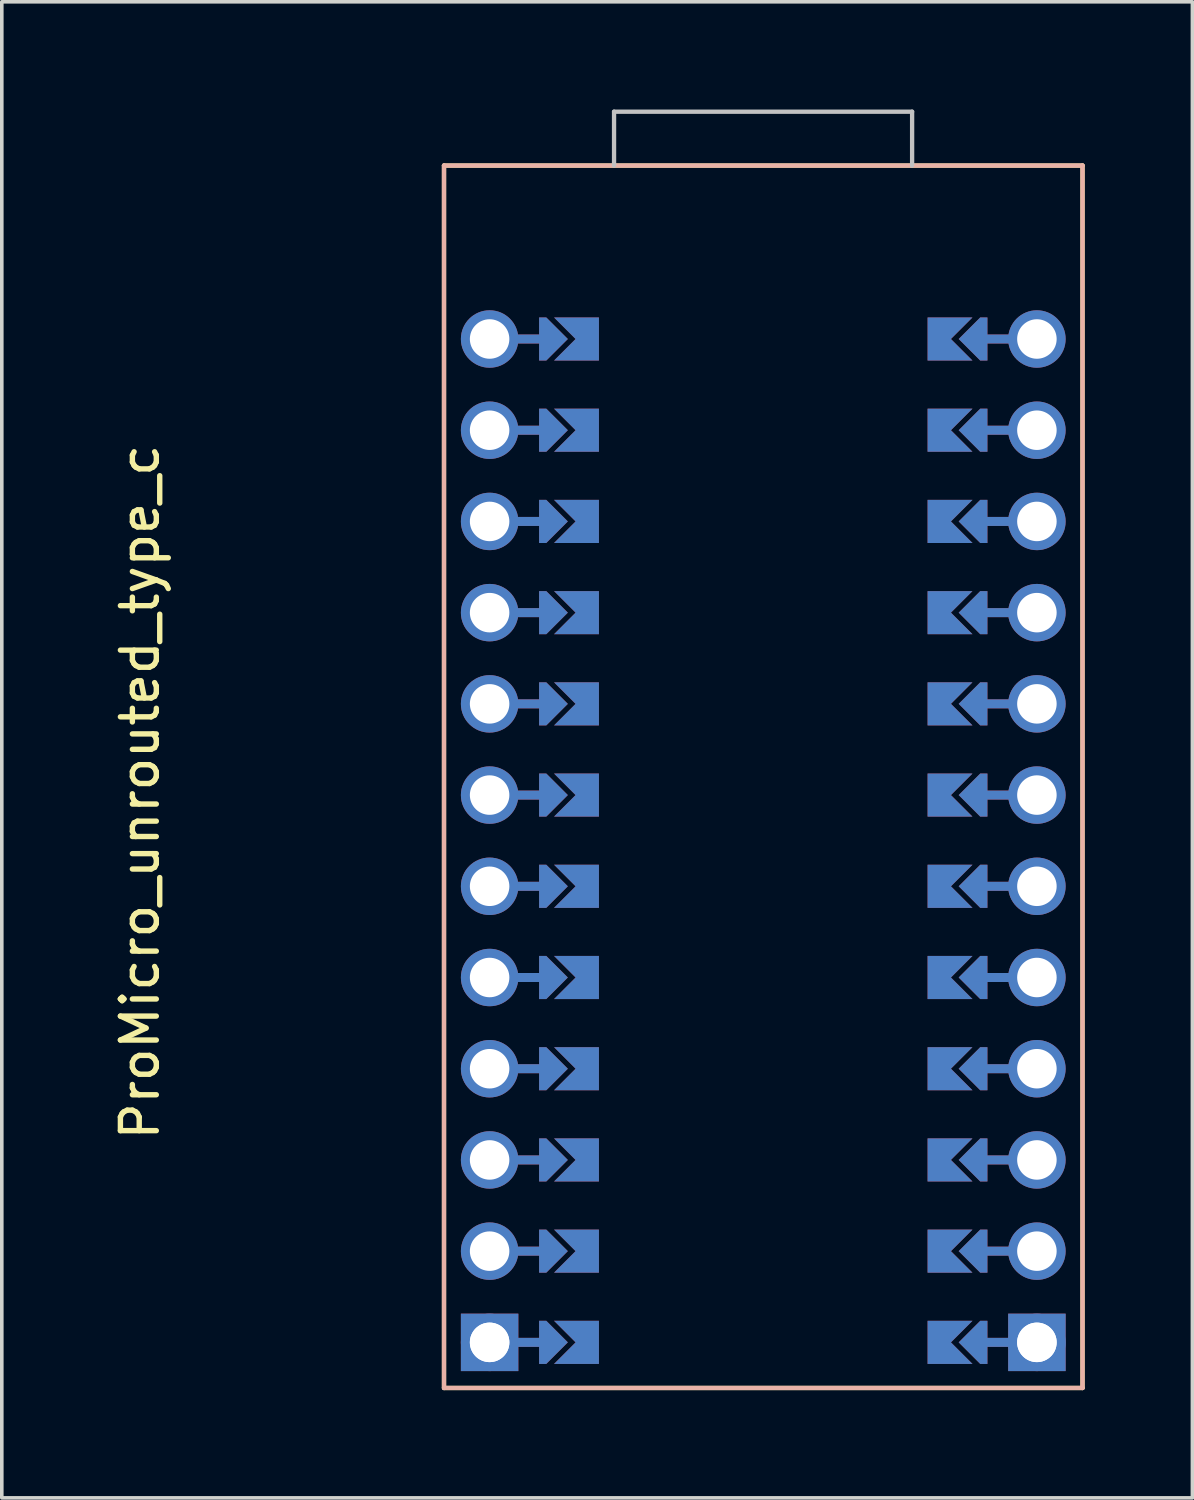
<source format=kicad_pcb>
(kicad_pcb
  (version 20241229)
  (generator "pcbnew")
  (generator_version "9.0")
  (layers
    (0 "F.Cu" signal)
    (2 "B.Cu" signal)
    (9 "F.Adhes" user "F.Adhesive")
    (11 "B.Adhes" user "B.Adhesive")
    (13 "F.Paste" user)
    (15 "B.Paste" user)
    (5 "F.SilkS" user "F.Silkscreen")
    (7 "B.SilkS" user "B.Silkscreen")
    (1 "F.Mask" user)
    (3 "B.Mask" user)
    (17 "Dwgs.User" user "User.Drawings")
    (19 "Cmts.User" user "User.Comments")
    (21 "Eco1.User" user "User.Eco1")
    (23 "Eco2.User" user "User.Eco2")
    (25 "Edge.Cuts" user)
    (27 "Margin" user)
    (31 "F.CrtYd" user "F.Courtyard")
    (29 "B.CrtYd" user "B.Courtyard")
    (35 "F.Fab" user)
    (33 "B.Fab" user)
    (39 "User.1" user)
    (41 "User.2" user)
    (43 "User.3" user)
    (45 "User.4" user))
  (footprint "ProMicro_unrouted_type_c"
    (layer "F.Cu")
    (at 18.204 20.36)
    (property "Reference" "ProMicro_unrouted_type_c" (at -17.356 -1.354 90) (layer "F.SilkS") (effects (font (size 1 1) (thickness 0.15))))
    (attr through_hole)
    (fp_poly (pts (xy -5.08 -14.478) (xy -5.08 -13.462) (xy -6.096 -13.462) (xy -6.096 -14.478)) (stroke (width 0.1) (type solid)) (fill yes) (layer "F.Mask"))
    (fp_poly (pts (xy -5.08 -11.938) (xy -5.08 -10.922) (xy -6.096 -10.922) (xy -6.096 -11.938)) (stroke (width 0.1) (type solid)) (fill yes) (layer "F.Mask"))
    (fp_poly (pts (xy -5.08 -9.398) (xy -5.08 -8.382) (xy -6.096 -8.382) (xy -6.096 -9.398)) (stroke (width 0.1) (type solid)) (fill yes) (layer "F.Mask"))
    (fp_poly (pts (xy -5.08 -6.858) (xy -5.08 -5.842) (xy -6.096 -5.842) (xy -6.096 -6.858)) (stroke (width 0.1) (type solid)) (fill yes) (layer "F.Mask"))
    (fp_poly (pts (xy -5.08 -4.318) (xy -5.08 -3.302) (xy -6.096 -3.302) (xy -6.096 -4.318)) (stroke (width 0.1) (type solid)) (fill yes) (layer "F.Mask"))
    (fp_poly (pts (xy -5.08 -1.778) (xy -5.08 -0.762) (xy -6.096 -0.762) (xy -6.096 -1.778)) (stroke (width 0.1) (type solid)) (fill yes) (layer "F.Mask"))
    (fp_poly (pts (xy -5.08 0.762) (xy -5.08 1.778) (xy -6.096 1.778) (xy -6.096 0.762)) (stroke (width 0.1) (type solid)) (fill yes) (layer "F.Mask"))
    (fp_poly (pts (xy -5.08 3.302) (xy -5.08 4.318) (xy -6.096 4.318) (xy -6.096 3.302)) (stroke (width 0.1) (type solid)) (fill yes) (layer "F.Mask"))
    (fp_poly (pts (xy -5.08 5.842) (xy -5.08 6.858) (xy -6.096 6.858) (xy -6.096 5.842)) (stroke (width 0.1) (type solid)) (fill yes) (layer "F.Mask"))
    (fp_poly (pts (xy -5.08 8.382) (xy -5.08 9.398) (xy -6.096 9.398) (xy -6.096 8.382)) (stroke (width 0.1) (type solid)) (fill yes) (layer "F.Mask"))
    (fp_poly (pts (xy -5.08 10.922) (xy -5.08 11.938) (xy -6.096 11.938) (xy -6.096 10.922)) (stroke (width 0.1) (type solid)) (fill yes) (layer "F.Mask"))
    (fp_poly (pts (xy -5.08 13.462) (xy -5.08 14.478) (xy -6.096 14.478) (xy -6.096 13.462)) (stroke (width 0.1) (type solid)) (fill yes) (layer "F.Mask"))
    (fp_poly (pts (xy 5.08 -13.462) (xy 5.08 -14.478) (xy 6.096 -14.478) (xy 6.096 -13.462)) (stroke (width 0.1) (type solid)) (fill yes) (layer "F.Mask"))
    (fp_poly (pts (xy 5.08 -10.922) (xy 5.08 -11.938) (xy 6.096 -11.938) (xy 6.096 -10.922)) (stroke (width 0.1) (type solid)) (fill yes) (layer "F.Mask"))
    (fp_poly (pts (xy 5.08 -8.382) (xy 5.08 -9.398) (xy 6.096 -9.398) (xy 6.096 -8.382)) (stroke (width 0.1) (type solid)) (fill yes) (layer "F.Mask"))
    (fp_poly (pts (xy 5.08 -5.842) (xy 5.08 -6.858) (xy 6.096 -6.858) (xy 6.096 -5.842)) (stroke (width 0.1) (type solid)) (fill yes) (layer "F.Mask"))
    (fp_poly (pts (xy 5.08 -3.302) (xy 5.08 -4.318) (xy 6.096 -4.318) (xy 6.096 -3.302)) (stroke (width 0.1) (type solid)) (fill yes) (layer "F.Mask"))
    (fp_poly (pts (xy 5.08 -0.762) (xy 5.08 -1.778) (xy 6.096 -1.778) (xy 6.096 -0.762)) (stroke (width 0.1) (type solid)) (fill yes) (layer "F.Mask"))
    (fp_poly (pts (xy 5.08 1.778) (xy 5.08 0.762) (xy 6.096 0.762) (xy 6.096 1.778)) (stroke (width 0.1) (type solid)) (fill yes) (layer "F.Mask"))
    (fp_poly (pts (xy 5.08 4.318) (xy 5.08 3.302) (xy 6.096 3.302) (xy 6.096 4.318)) (stroke (width 0.1) (type solid)) (fill yes) (layer "F.Mask"))
    (fp_poly (pts (xy 5.08 6.858) (xy 5.08 5.842) (xy 6.096 5.842) (xy 6.096 6.858)) (stroke (width 0.1) (type solid)) (fill yes) (layer "F.Mask"))
    (fp_poly (pts (xy 5.08 9.398) (xy 5.08 8.382) (xy 6.096 8.382) (xy 6.096 9.398)) (stroke (width 0.1) (type solid)) (fill yes) (layer "F.Mask"))
    (fp_poly (pts (xy 5.08 11.938) (xy 5.08 10.922) (xy 6.096 10.922) (xy 6.096 11.938)) (stroke (width 0.1) (type solid)) (fill yes) (layer "F.Mask"))
    (fp_poly (pts (xy 5.08 14.478) (xy 5.08 13.462) (xy 6.096 13.462) (xy 6.096 14.478)) (stroke (width 0.1) (type solid)) (fill yes) (layer "F.Mask"))
    (fp_poly (pts (xy -5.08 -14.478) (xy -5.08 -13.462) (xy -6.096 -13.462) (xy -6.096 -14.478)) (stroke (width 0.1) (type solid)) (fill yes) (layer "B.Mask"))
    (fp_poly (pts (xy -5.08 -11.938) (xy -5.08 -10.922) (xy -6.096 -10.922) (xy -6.096 -11.938)) (stroke (width 0.1) (type solid)) (fill yes) (layer "B.Mask"))
    (fp_poly (pts (xy -5.08 -9.398) (xy -5.08 -8.382) (xy -6.096 -8.382) (xy -6.096 -9.398)) (stroke (width 0.1) (type solid)) (fill yes) (layer "B.Mask"))
    (fp_poly (pts (xy -5.08 -6.858) (xy -5.08 -5.842) (xy -6.096 -5.842) (xy -6.096 -6.858)) (stroke (width 0.1) (type solid)) (fill yes) (layer "B.Mask"))
    (fp_poly (pts (xy -5.08 -4.318) (xy -5.08 -3.302) (xy -6.096 -3.302) (xy -6.096 -4.318)) (stroke (width 0.1) (type solid)) (fill yes) (layer "B.Mask"))
    (fp_poly (pts (xy -5.08 -1.778) (xy -5.08 -0.762) (xy -6.096 -0.762) (xy -6.096 -1.778)) (stroke (width 0.1) (type solid)) (fill yes) (layer "B.Mask"))
    (fp_poly (pts (xy -5.08 0.762) (xy -5.08 1.778) (xy -6.096 1.778) (xy -6.096 0.762)) (stroke (width 0.1) (type solid)) (fill yes) (layer "B.Mask"))
    (fp_poly (pts (xy -5.08 3.302) (xy -5.08 4.318) (xy -6.096 4.318) (xy -6.096 3.302)) (stroke (width 0.1) (type solid)) (fill yes) (layer "B.Mask"))
    (fp_poly (pts (xy -5.08 5.842) (xy -5.08 6.858) (xy -6.096 6.858) (xy -6.096 5.842)) (stroke (width 0.1) (type solid)) (fill yes) (layer "B.Mask"))
    (fp_poly (pts (xy -5.08 8.382) (xy -5.08 9.398) (xy -6.096 9.398) (xy -6.096 8.382)) (stroke (width 0.1) (type solid)) (fill yes) (layer "B.Mask"))
    (fp_poly (pts (xy -5.08 10.922) (xy -5.08 11.938) (xy -6.096 11.938) (xy -6.096 10.922)) (stroke (width 0.1) (type solid)) (fill yes) (layer "B.Mask"))
    (fp_poly (pts (xy -5.08 13.462) (xy -5.08 14.478) (xy -6.096 14.478) (xy -6.096 13.462)) (stroke (width 0.1) (type solid)) (fill yes) (layer "B.Mask"))
    (fp_poly (pts (xy 5.08 -13.462) (xy 5.08 -14.478) (xy 6.096 -14.478) (xy 6.096 -13.462)) (stroke (width 0.1) (type solid)) (fill yes) (layer "B.Mask"))
    (fp_poly (pts (xy 5.08 -10.922) (xy 5.08 -11.938) (xy 6.096 -11.938) (xy 6.096 -10.922)) (stroke (width 0.1) (type solid)) (fill yes) (layer "B.Mask"))
    (fp_poly (pts (xy 5.08 -8.382) (xy 5.08 -9.398) (xy 6.096 -9.398) (xy 6.096 -8.382)) (stroke (width 0.1) (type solid)) (fill yes) (layer "B.Mask"))
    (fp_poly (pts (xy 5.08 -5.842) (xy 5.08 -6.858) (xy 6.096 -6.858) (xy 6.096 -5.842)) (stroke (width 0.1) (type solid)) (fill yes) (layer "B.Mask"))
    (fp_poly (pts (xy 5.08 -3.302) (xy 5.08 -4.318) (xy 6.096 -4.318) (xy 6.096 -3.302)) (stroke (width 0.1) (type solid)) (fill yes) (layer "B.Mask"))
    (fp_poly (pts (xy 5.08 -0.762) (xy 5.08 -1.778) (xy 6.096 -1.778) (xy 6.096 -0.762)) (stroke (width 0.1) (type solid)) (fill yes) (layer "B.Mask"))
    (fp_poly (pts (xy 5.08 1.778) (xy 5.08 0.762) (xy 6.096 0.762) (xy 6.096 1.778)) (stroke (width 0.1) (type solid)) (fill yes) (layer "B.Mask"))
    (fp_poly (pts (xy 5.08 4.318) (xy 5.08 3.302) (xy 6.096 3.302) (xy 6.096 4.318)) (stroke (width 0.1) (type solid)) (fill yes) (layer "B.Mask"))
    (fp_poly (pts (xy 5.08 6.858) (xy 5.08 5.842) (xy 6.096 5.842) (xy 6.096 6.858)) (stroke (width 0.1) (type solid)) (fill yes) (layer "B.Mask"))
    (fp_poly (pts (xy 5.08 9.398) (xy 5.08 8.382) (xy 6.096 8.382) (xy 6.096 9.398)) (stroke (width 0.1) (type solid)) (fill yes) (layer "B.Mask"))
    (fp_poly (pts (xy 5.08 11.938) (xy 5.08 10.922) (xy 6.096 10.922) (xy 6.096 11.938)) (stroke (width 0.1) (type solid)) (fill yes) (layer "B.Mask"))
    (fp_poly (pts (xy 5.08 14.478) (xy 5.08 13.462) (xy 6.096 13.462) (xy 6.096 14.478)) (stroke (width 0.1) (type solid)) (fill yes) (layer "B.Mask"))
    (fp_line (start -8.89 -18.8) (end 8.89 -18.8) (stroke (width 0.12) (type solid)) (layer "F.SilkS"))
    (fp_line (start -8.89 15.24) (end -8.89 -18.8) (stroke (width 0.12) (type solid)) (layer "F.SilkS"))
    (fp_line (start 8.89 15.24) (end -8.89 15.24) (stroke (width 0.12) (type solid)) (layer "F.SilkS"))
    (fp_line (start 8.89 15.24) (end 8.89 -18.8) (stroke (width 0.12) (type solid)) (layer "F.SilkS"))
    (fp_line (start -8.89 15.24) (end -8.89 -18.8) (stroke (width 0.12) (type solid)) (layer "B.SilkS"))
    (fp_line (start -8.89 15.24) (end 8.89 15.24) (stroke (width 0.12) (type solid)) (layer "B.SilkS"))
    (fp_line (start 8.89 -18.8) (end -8.89 -18.8) (stroke (width 0.12) (type solid)) (layer "B.SilkS"))
    (fp_line (start 8.89 15.24) (end 8.89 -18.8) (stroke (width 0.12) (type solid)) (layer "B.SilkS"))
    (fp_line (start -4.155 -20.3) (end -4.155 -18.8) (stroke (width 0.12) (type solid)) (layer "Dwgs.User"))
    (fp_line (start -4.155 -20.3) (end 4.145 -20.3) (stroke (width 0.12) (type solid)) (layer "Dwgs.User"))
    (fp_line (start 4.145 -20.3) (end 4.145 -18.8) (stroke (width 0.12) (type solid)) (layer "Dwgs.User"))
    (pad "" thru_hole circle (at -7.62 -13.97 90) (size 1.6 1.6) (drill 1.1) (layers "*.Cu" "*.Mask"))
    (pad "" thru_hole circle (at -7.62 -11.43 90) (size 1.6 1.6) (drill 1.1) (layers "*.Cu" "*.Mask"))
    (pad "" thru_hole circle (at -7.62 -8.89 90) (size 1.6 1.6) (drill 1.1) (layers "*.Cu" "*.Mask"))
    (pad "" thru_hole circle (at -7.62 -6.35 90) (size 1.6 1.6) (drill 1.1) (layers "*.Cu" "*.Mask"))
    (pad "" thru_hole circle (at -7.62 -3.81 90) (size 1.6 1.6) (drill 1.1) (layers "*.Cu" "*.Mask"))
    (pad "" thru_hole circle (at -7.62 -1.27 90) (size 1.6 1.6) (drill 1.1) (layers "*.Cu" "*.Mask"))
    (pad "" thru_hole circle (at -7.62 1.27 90) (size 1.6 1.6) (drill 1.1) (layers "*.Cu" "*.Mask"))
    (pad "" thru_hole circle (at -7.62 3.81 90) (size 1.6 1.6) (drill 1.1) (layers "*.Cu" "*.Mask"))
    (pad "" thru_hole circle (at -7.62 6.35 90) (size 1.6 1.6) (drill 1.1) (layers "*.Cu" "*.Mask"))
    (pad "" thru_hole circle (at -7.62 8.89 90) (size 1.6 1.6) (drill 1.1) (layers "*.Cu" "*.Mask"))
    (pad "" thru_hole circle (at -7.62 11.43 90) (size 1.6 1.6) (drill 1.1) (layers "*.Cu" "*.Mask"))
    (pad "" thru_hole circle (at -7.62 13.97 90) (size 1.6 1.6) (drill 1.1) (layers "*.Cu" "*.Mask"))
    (pad "" thru_hole rect (at -7.62 13.97 90) (size 1.6 1.6) (drill 1.1) (layers "B.Cu" "B.Mask"))
    (pad "" smd custom (at -6.35 -13.97 90) (size 0.25 1) (layers "F.Cu") (options (anchor rect)) (primitives))
    (pad "" smd custom (at -6.35 -13.97 90) (size 0.25 1) (layers "B.Cu") (options (anchor rect)) (primitives))
    (pad "" smd custom (at -6.35 -11.43 90) (size 0.25 1) (layers "F.Cu") (options (anchor rect)) (primitives))
    (pad "" smd custom (at -6.35 -11.43 90) (size 0.25 1) (layers "B.Cu") (options (anchor rect)) (primitives))
    (pad "" smd custom (at -6.35 -8.89 90) (size 0.25 1) (layers "F.Cu") (options (anchor rect)) (primitives))
    (pad "" smd custom (at -6.35 -8.89 90) (size 0.25 1) (layers "B.Cu") (options (anchor rect)) (primitives))
    (pad "" smd custom (at -6.35 -6.35 90) (size 0.25 1) (layers "F.Cu") (options (anchor rect)) (primitives))
    (pad "" smd custom (at -6.35 -6.35 90) (size 0.25 1) (layers "B.Cu") (options (anchor rect)) (primitives))
    (pad "" smd custom (at -6.35 -3.81 90) (size 0.25 1) (layers "F.Cu") (options (anchor rect)) (primitives))
    (pad "" smd custom (at -6.35 -3.81 90) (size 0.25 1) (layers "B.Cu") (options (anchor rect)) (primitives))
    (pad "" smd custom (at -6.35 -1.27 90) (size 0.25 1) (layers "F.Cu") (options (anchor rect)) (primitives))
    (pad "" smd custom (at -6.35 -1.27 90) (size 0.25 1) (layers "B.Cu") (options (anchor rect)) (primitives))
    (pad "" smd custom (at -6.35 1.27 90) (size 0.25 1) (layers "F.Cu") (options (anchor rect)) (primitives))
    (pad "" smd custom (at -6.35 1.27 90) (size 0.25 1) (layers "B.Cu") (options (anchor rect)) (primitives))
    (pad "" smd custom (at -6.35 3.81 90) (size 0.25 1) (layers "F.Cu") (options (anchor rect)) (primitives))
    (pad "" smd custom (at -6.35 3.81 90) (size 0.25 1) (layers "B.Cu") (options (anchor rect)) (primitives))
    (pad "" smd custom (at -6.35 6.35 90) (size 0.25 1) (layers "F.Cu") (options (anchor rect)) (primitives))
    (pad "" smd custom (at -6.35 6.35 90) (size 0.25 1) (layers "B.Cu") (options (anchor rect)) (primitives))
    (pad "" smd custom (at -6.35 8.89 90) (size 0.25 1) (layers "F.Cu") (options (anchor rect)) (primitives))
    (pad "" smd custom (at -6.35 8.89 90) (size 0.25 1) (layers "B.Cu") (options (anchor rect)) (primitives))
    (pad "" smd custom (at -6.35 11.43 90) (size 0.25 1) (layers "F.Cu") (options (anchor rect)) (primitives))
    (pad "" smd custom (at -6.35 11.43 90) (size 0.25 1) (layers "B.Cu") (options (anchor rect)) (primitives))
    (pad "" smd custom (at -6.35 13.97 90) (size 0.25 1) (layers "F.Cu") (options (anchor rect)) (primitives))
    (pad "" smd custom (at -6.35 13.97 90) (size 0.25 1) (layers "B.Cu") (options (anchor rect)) (primitives))
    (pad "" smd custom (at -5.842 -13.97 90) (size 0.1 0.1) (layers "F.Cu" "F.Mask") (options (anchor rect)) (primitives (gr_poly (pts (xy 0.6 -0.4) (xy -0.6 -0.4) (xy -0.6 -0.2) (xy 0 0.4) (xy 0.6 -0.2)) (width 0) (fill yes))))
    (pad "" smd custom (at -5.842 -13.97 90) (size 0.1 0.1) (layers "B.Cu" "B.Mask") (options (anchor rect)) (primitives (gr_poly (pts (xy 0.6 -0.4) (xy -0.6 -0.4) (xy -0.6 -0.2) (xy 0 0.4) (xy 0.6 -0.2)) (width 0) (fill yes))))
    (pad "" smd custom (at -5.842 -11.43 90) (size 0.1 0.1) (layers "F.Cu" "F.Mask") (options (anchor rect)) (primitives (gr_poly (pts (xy 0.6 -0.4) (xy -0.6 -0.4) (xy -0.6 -0.2) (xy 0 0.4) (xy 0.6 -0.2)) (width 0) (fill yes))))
    (pad "" smd custom (at -5.842 -11.43 90) (size 0.1 0.1) (layers "B.Cu" "B.Mask") (options (anchor rect)) (primitives (gr_poly (pts (xy 0.6 -0.4) (xy -0.6 -0.4) (xy -0.6 -0.2) (xy 0 0.4) (xy 0.6 -0.2)) (width 0) (fill yes))))
    (pad "" smd custom (at -5.842 -8.89 90) (size 0.1 0.1) (layers "F.Cu" "F.Mask") (options (anchor rect)) (primitives (gr_poly (pts (xy 0.6 -0.4) (xy -0.6 -0.4) (xy -0.6 -0.2) (xy 0 0.4) (xy 0.6 -0.2)) (width 0) (fill yes))))
    (pad "" smd custom (at -5.842 -8.89 90) (size 0.1 0.1) (layers "B.Cu" "B.Mask") (options (anchor rect)) (primitives (gr_poly (pts (xy 0.6 -0.4) (xy -0.6 -0.4) (xy -0.6 -0.2) (xy 0 0.4) (xy 0.6 -0.2)) (width 0) (fill yes))))
    (pad "" smd custom (at -5.842 -6.35 90) (size 0.1 0.1) (layers "F.Cu" "F.Mask") (options (anchor rect)) (primitives (gr_poly (pts (xy 0.6 -0.4) (xy -0.6 -0.4) (xy -0.6 -0.2) (xy 0 0.4) (xy 0.6 -0.2)) (width 0) (fill yes))))
    (pad "" smd custom (at -5.842 -6.35 90) (size 0.1 0.1) (layers "B.Cu" "B.Mask") (options (anchor rect)) (primitives (gr_poly (pts (xy 0.6 -0.4) (xy -0.6 -0.4) (xy -0.6 -0.2) (xy 0 0.4) (xy 0.6 -0.2)) (width 0) (fill yes))))
    (pad "" smd custom (at -5.842 -3.81 90) (size 0.1 0.1) (layers "F.Cu" "F.Mask") (options (anchor rect)) (primitives (gr_poly (pts (xy 0.6 -0.4) (xy -0.6 -0.4) (xy -0.6 -0.2) (xy 0 0.4) (xy 0.6 -0.2)) (width 0) (fill yes))))
    (pad "" smd custom (at -5.842 -3.81 90) (size 0.1 0.1) (layers "B.Cu" "B.Mask") (options (anchor rect)) (primitives (gr_poly (pts (xy 0.6 -0.4) (xy -0.6 -0.4) (xy -0.6 -0.2) (xy 0 0.4) (xy 0.6 -0.2)) (width 0) (fill yes))))
    (pad "" smd custom (at -5.842 -1.27 90) (size 0.1 0.1) (layers "F.Cu" "F.Mask") (options (anchor rect)) (primitives (gr_poly (pts (xy 0.6 -0.4) (xy -0.6 -0.4) (xy -0.6 -0.2) (xy 0 0.4) (xy 0.6 -0.2)) (width 0) (fill yes))))
    (pad "" smd custom (at -5.842 -1.27 90) (size 0.1 0.1) (layers "B.Cu" "B.Mask") (options (anchor rect)) (primitives (gr_poly (pts (xy 0.6 -0.4) (xy -0.6 -0.4) (xy -0.6 -0.2) (xy 0 0.4) (xy 0.6 -0.2)) (width 0) (fill yes))))
    (pad "" smd custom (at -5.842 1.27 90) (size 0.1 0.1) (layers "F.Cu" "F.Mask") (options (anchor rect)) (primitives (gr_poly (pts (xy 0.6 -0.4) (xy -0.6 -0.4) (xy -0.6 -0.2) (xy 0 0.4) (xy 0.6 -0.2)) (width 0) (fill yes))))
    (pad "" smd custom (at -5.842 1.27 90) (size 0.1 0.1) (layers "B.Cu" "B.Mask") (options (anchor rect)) (primitives (gr_poly (pts (xy 0.6 -0.4) (xy -0.6 -0.4) (xy -0.6 -0.2) (xy 0 0.4) (xy 0.6 -0.2)) (width 0) (fill yes))))
    (pad "" smd custom (at -5.842 3.81 90) (size 0.1 0.1) (layers "F.Cu" "F.Mask") (options (anchor rect)) (primitives (gr_poly (pts (xy 0.6 -0.4) (xy -0.6 -0.4) (xy -0.6 -0.2) (xy 0 0.4) (xy 0.6 -0.2)) (width 0) (fill yes))))
    (pad "" smd custom (at -5.842 3.81 90) (size 0.1 0.1) (layers "B.Cu" "B.Mask") (options (anchor rect)) (primitives (gr_poly (pts (xy 0.6 -0.4) (xy -0.6 -0.4) (xy -0.6 -0.2) (xy 0 0.4) (xy 0.6 -0.2)) (width 0) (fill yes))))
    (pad "" smd custom (at -5.842 6.35 90) (size 0.1 0.1) (layers "F.Cu" "F.Mask") (options (anchor rect)) (primitives (gr_poly (pts (xy 0.6 -0.4) (xy -0.6 -0.4) (xy -0.6 -0.2) (xy 0 0.4) (xy 0.6 -0.2)) (width 0) (fill yes))))
    (pad "" smd custom (at -5.842 6.35 90) (size 0.1 0.1) (layers "B.Cu" "B.Mask") (options (anchor rect)) (primitives (gr_poly (pts (xy 0.6 -0.4) (xy -0.6 -0.4) (xy -0.6 -0.2) (xy 0 0.4) (xy 0.6 -0.2)) (width 0) (fill yes))))
    (pad "" smd custom (at -5.842 8.89 90) (size 0.1 0.1) (layers "F.Cu" "F.Mask") (options (anchor rect)) (primitives (gr_poly (pts (xy 0.6 -0.4) (xy -0.6 -0.4) (xy -0.6 -0.2) (xy 0 0.4) (xy 0.6 -0.2)) (width 0) (fill yes))))
    (pad "" smd custom (at -5.842 8.89 90) (size 0.1 0.1) (layers "B.Cu" "B.Mask") (options (anchor rect)) (primitives (gr_poly (pts (xy 0.6 -0.4) (xy -0.6 -0.4) (xy -0.6 -0.2) (xy 0 0.4) (xy 0.6 -0.2)) (width 0) (fill yes))))
    (pad "" smd custom (at -5.842 11.43 90) (size 0.1 0.1) (layers "F.Cu" "F.Mask") (options (anchor rect)) (primitives (gr_poly (pts (xy 0.6 -0.4) (xy -0.6 -0.4) (xy -0.6 -0.2) (xy 0 0.4) (xy 0.6 -0.2)) (width 0) (fill yes))))
    (pad "" smd custom (at -5.842 11.43 90) (size 0.1 0.1) (layers "B.Cu" "B.Mask") (options (anchor rect)) (primitives (gr_poly (pts (xy 0.6 -0.4) (xy -0.6 -0.4) (xy -0.6 -0.2) (xy 0 0.4) (xy 0.6 -0.2)) (width 0) (fill yes))))
    (pad "" smd custom (at -5.842 13.97 90) (size 0.1 0.1) (layers "F.Cu" "F.Mask") (options (anchor rect)) (primitives (gr_poly (pts (xy 0.6 -0.4) (xy -0.6 -0.4) (xy -0.6 -0.2) (xy 0 0.4) (xy 0.6 -0.2)) (width 0) (fill yes))))
    (pad "" smd custom (at -5.842 13.97 90) (size 0.1 0.1) (layers "B.Cu" "B.Mask") (options (anchor rect)) (primitives (gr_poly (pts (xy 0.6 -0.4) (xy -0.6 -0.4) (xy -0.6 -0.2) (xy 0 0.4) (xy 0.6 -0.2)) (width 0) (fill yes))))
    (pad "" smd custom (at 5.842 -13.97 270) (size 0.1 0.1) (layers "F.Cu" "F.Mask") (options (anchor rect)) (primitives (gr_poly (pts (xy 0.6 -0.4) (xy -0.6 -0.4) (xy -0.6 -0.2) (xy 0 0.4) (xy 0.6 -0.2)) (width 0) (fill yes))))
    (pad "" smd custom (at 5.842 -13.97 270) (size 0.1 0.1) (layers "B.Cu" "B.Mask") (options (anchor rect)) (primitives (gr_poly (pts (xy 0.6 -0.4) (xy -0.6 -0.4) (xy -0.6 -0.2) (xy 0 0.4) (xy 0.6 -0.2)) (width 0) (fill yes))))
    (pad "" smd custom (at 5.842 -11.43 270) (size 0.1 0.1) (layers "F.Cu" "F.Mask") (options (anchor rect)) (primitives (gr_poly (pts (xy 0.6 -0.4) (xy -0.6 -0.4) (xy -0.6 -0.2) (xy 0 0.4) (xy 0.6 -0.2)) (width 0) (fill yes))))
    (pad "" smd custom (at 5.842 -11.43 270) (size 0.1 0.1) (layers "B.Cu" "B.Mask") (options (anchor rect)) (primitives (gr_poly (pts (xy 0.6 -0.4) (xy -0.6 -0.4) (xy -0.6 -0.2) (xy 0 0.4) (xy 0.6 -0.2)) (width 0) (fill yes))))
    (pad "" smd custom (at 5.842 -8.89 270) (size 0.1 0.1) (layers "F.Cu" "F.Mask") (options (anchor rect)) (primitives (gr_poly (pts (xy 0.6 -0.4) (xy -0.6 -0.4) (xy -0.6 -0.2) (xy 0 0.4) (xy 0.6 -0.2)) (width 0) (fill yes))))
    (pad "" smd custom (at 5.842 -8.89 270) (size 0.1 0.1) (layers "B.Cu" "B.Mask") (options (anchor rect)) (primitives (gr_poly (pts (xy 0.6 -0.4) (xy -0.6 -0.4) (xy -0.6 -0.2) (xy 0 0.4) (xy 0.6 -0.2)) (width 0) (fill yes))))
    (pad "" smd custom (at 5.842 -6.35 270) (size 0.1 0.1) (layers "F.Cu" "F.Mask") (options (anchor rect)) (primitives (gr_poly (pts (xy 0.6 -0.4) (xy -0.6 -0.4) (xy -0.6 -0.2) (xy 0 0.4) (xy 0.6 -0.2)) (width 0) (fill yes))))
    (pad "" smd custom (at 5.842 -6.35 270) (size 0.1 0.1) (layers "B.Cu" "B.Mask") (options (anchor rect)) (primitives (gr_poly (pts (xy 0.6 -0.4) (xy -0.6 -0.4) (xy -0.6 -0.2) (xy 0 0.4) (xy 0.6 -0.2)) (width 0) (fill yes))))
    (pad "" smd custom (at 5.842 -3.81 270) (size 0.1 0.1) (layers "F.Cu" "F.Mask") (options (anchor rect)) (primitives (gr_poly (pts (xy 0.6 -0.4) (xy -0.6 -0.4) (xy -0.6 -0.2) (xy 0 0.4) (xy 0.6 -0.2)) (width 0) (fill yes))))
    (pad "" smd custom (at 5.842 -3.81 270) (size 0.1 0.1) (layers "B.Cu" "B.Mask") (options (anchor rect)) (primitives (gr_poly (pts (xy 0.6 -0.4) (xy -0.6 -0.4) (xy -0.6 -0.2) (xy 0 0.4) (xy 0.6 -0.2)) (width 0) (fill yes))))
    (pad "" smd custom (at 5.842 -1.27 270) (size 0.1 0.1) (layers "F.Cu" "F.Mask") (options (anchor rect)) (primitives (gr_poly (pts (xy 0.6 -0.4) (xy -0.6 -0.4) (xy -0.6 -0.2) (xy 0 0.4) (xy 0.6 -0.2)) (width 0) (fill yes))))
    (pad "" smd custom (at 5.842 -1.27 270) (size 0.1 0.1) (layers "B.Cu" "B.Mask") (options (anchor rect)) (primitives (gr_poly (pts (xy 0.6 -0.4) (xy -0.6 -0.4) (xy -0.6 -0.2) (xy 0 0.4) (xy 0.6 -0.2)) (width 0) (fill yes))))
    (pad "" smd custom (at 5.842 1.27 270) (size 0.1 0.1) (layers "F.Cu" "F.Mask") (options (anchor rect)) (primitives (gr_poly (pts (xy 0.6 -0.4) (xy -0.6 -0.4) (xy -0.6 -0.2) (xy 0 0.4) (xy 0.6 -0.2)) (width 0) (fill yes))))
    (pad "" smd custom (at 5.842 1.27 270) (size 0.1 0.1) (layers "B.Cu" "B.Mask") (options (anchor rect)) (primitives (gr_poly (pts (xy 0.6 -0.4) (xy -0.6 -0.4) (xy -0.6 -0.2) (xy 0 0.4) (xy 0.6 -0.2)) (width 0) (fill yes))))
    (pad "" smd custom (at 5.842 3.81 270) (size 0.1 0.1) (layers "F.Cu" "F.Mask") (options (anchor rect)) (primitives (gr_poly (pts (xy 0.6 -0.4) (xy -0.6 -0.4) (xy -0.6 -0.2) (xy 0 0.4) (xy 0.6 -0.2)) (width 0) (fill yes))))
    (pad "" smd custom (at 5.842 3.81 270) (size 0.1 0.1) (layers "B.Cu" "B.Mask") (options (anchor rect)) (primitives (gr_poly (pts (xy 0.6 -0.4) (xy -0.6 -0.4) (xy -0.6 -0.2) (xy 0 0.4) (xy 0.6 -0.2)) (width 0) (fill yes))))
    (pad "" smd custom (at 5.842 6.35 270) (size 0.1 0.1) (layers "F.Cu" "F.Mask") (options (anchor rect)) (primitives (gr_poly (pts (xy 0.6 -0.4) (xy -0.6 -0.4) (xy -0.6 -0.2) (xy 0 0.4) (xy 0.6 -0.2)) (width 0) (fill yes))))
    (pad "" smd custom (at 5.842 6.35 270) (size 0.1 0.1) (layers "B.Cu" "B.Mask") (options (anchor rect)) (primitives (gr_poly (pts (xy 0.6 -0.4) (xy -0.6 -0.4) (xy -0.6 -0.2) (xy 0 0.4) (xy 0.6 -0.2)) (width 0) (fill yes))))
    (pad "" smd custom (at 5.842 8.89 270) (size 0.1 0.1) (layers "F.Cu" "F.Mask") (options (anchor rect)) (primitives (gr_poly (pts (xy 0.6 -0.4) (xy -0.6 -0.4) (xy -0.6 -0.2) (xy 0 0.4) (xy 0.6 -0.2)) (width 0) (fill yes))))
    (pad "" smd custom (at 5.842 8.89 270) (size 0.1 0.1) (layers "B.Cu" "B.Mask") (options (anchor rect)) (primitives (gr_poly (pts (xy 0.6 -0.4) (xy -0.6 -0.4) (xy -0.6 -0.2) (xy 0 0.4) (xy 0.6 -0.2)) (width 0) (fill yes))))
    (pad "" smd custom (at 5.842 11.43 270) (size 0.1 0.1) (layers "F.Cu" "F.Mask") (options (anchor rect)) (primitives (gr_poly (pts (xy 0.6 -0.4) (xy -0.6 -0.4) (xy -0.6 -0.2) (xy 0 0.4) (xy 0.6 -0.2)) (width 0) (fill yes))))
    (pad "" smd custom (at 5.842 11.43 270) (size 0.1 0.1) (layers "B.Cu" "B.Mask") (options (anchor rect)) (primitives (gr_poly (pts (xy 0.6 -0.4) (xy -0.6 -0.4) (xy -0.6 -0.2) (xy 0 0.4) (xy 0.6 -0.2)) (width 0) (fill yes))))
    (pad "" smd custom (at 5.842 13.97 270) (size 0.1 0.1) (layers "F.Cu" "F.Mask") (options (anchor rect)) (primitives (gr_poly (pts (xy 0.6 -0.4) (xy -0.6 -0.4) (xy -0.6 -0.2) (xy 0 0.4) (xy 0.6 -0.2)) (width 0) (fill yes))))
    (pad "" smd custom (at 5.842 13.97 270) (size 0.1 0.1) (layers "B.Cu" "B.Mask") (options (anchor rect)) (primitives (gr_poly (pts (xy 0.6 -0.4) (xy -0.6 -0.4) (xy -0.6 -0.2) (xy 0 0.4) (xy 0.6 -0.2)) (width 0) (fill yes))))
    (pad "" smd custom (at 6.35 -13.97 270) (size 0.25 1) (layers "F.Cu") (options (anchor rect)) (primitives))
    (pad "" smd custom (at 6.35 -13.97 270) (size 0.25 1) (layers "B.Cu") (options (anchor rect)) (primitives))
    (pad "" smd custom (at 6.35 -11.43 270) (size 0.25 1) (layers "F.Cu") (options (anchor rect)) (primitives))
    (pad "" smd custom (at 6.35 -11.43 270) (size 0.25 1) (layers "B.Cu") (options (anchor rect)) (primitives))
    (pad "" smd custom (at 6.35 -8.89 270) (size 0.25 1) (layers "F.Cu") (options (anchor rect)) (primitives))
    (pad "" smd custom (at 6.35 -8.89 270) (size 0.25 1) (layers "B.Cu") (options (anchor rect)) (primitives))
    (pad "" smd custom (at 6.35 -6.35 270) (size 0.25 1) (layers "F.Cu") (options (anchor rect)) (primitives))
    (pad "" smd custom (at 6.35 -6.35 270) (size 0.25 1) (layers "B.Cu") (options (anchor rect)) (primitives))
    (pad "" smd custom (at 6.35 -3.81 270) (size 0.25 1) (layers "F.Cu") (options (anchor rect)) (primitives))
    (pad "" smd custom (at 6.35 -3.81 270) (size 0.25 1) (layers "B.Cu") (options (anchor rect)) (primitives))
    (pad "" smd custom (at 6.35 -1.27 270) (size 0.25 1) (layers "F.Cu") (options (anchor rect)) (primitives))
    (pad "" smd custom (at 6.35 -1.27 270) (size 0.25 1) (layers "B.Cu") (options (anchor rect)) (primitives))
    (pad "" smd custom (at 6.35 1.27 270) (size 0.25 1) (layers "F.Cu") (options (anchor rect)) (primitives))
    (pad "" smd custom (at 6.35 1.27 270) (size 0.25 1) (layers "B.Cu") (options (anchor rect)) (primitives))
    (pad "" smd custom (at 6.35 3.81 270) (size 0.25 1) (layers "F.Cu") (options (anchor rect)) (primitives))
    (pad "" smd custom (at 6.35 3.81 270) (size 0.25 1) (layers "B.Cu") (options (anchor rect)) (primitives))
    (pad "" smd custom (at 6.35 6.35 270) (size 0.25 1) (layers "F.Cu") (options (anchor rect)) (primitives))
    (pad "" smd custom (at 6.35 6.35 270) (size 0.25 1) (layers "B.Cu") (options (anchor rect)) (primitives))
    (pad "" smd custom (at 6.35 8.89 270) (size 0.25 1) (layers "F.Cu") (options (anchor rect)) (primitives))
    (pad "" smd custom (at 6.35 8.89 270) (size 0.25 1) (layers "B.Cu") (options (anchor rect)) (primitives))
    (pad "" smd custom (at 6.35 11.43 270) (size 0.25 1) (layers "F.Cu") (options (anchor rect)) (primitives))
    (pad "" smd custom (at 6.35 11.43 270) (size 0.25 1) (layers "B.Cu") (options (anchor rect)) (primitives))
    (pad "" smd custom (at 6.35 13.97 270) (size 0.25 1) (layers "F.Cu") (options (anchor rect)) (primitives))
    (pad "" smd custom (at 6.35 13.97 270) (size 0.25 1) (layers "B.Cu") (options (anchor rect)) (primitives))
    (pad "" thru_hole circle (at 7.62 -13.97 90) (size 1.6 1.6) (drill 1.1) (layers "*.Cu" "*.Mask"))
    (pad "" thru_hole circle (at 7.62 -11.43 90) (size 1.6 1.6) (drill 1.1) (layers "*.Cu" "*.Mask"))
    (pad "" thru_hole circle (at 7.62 -8.89 90) (size 1.6 1.6) (drill 1.1) (layers "*.Cu" "*.Mask"))
    (pad "" thru_hole circle (at 7.62 -6.35 90) (size 1.6 1.6) (drill 1.1) (layers "*.Cu" "*.Mask"))
    (pad "" thru_hole circle (at 7.62 -3.81 90) (size 1.6 1.6) (drill 1.1) (layers "*.Cu" "*.Mask"))
    (pad "" thru_hole circle (at 7.62 -1.27 90) (size 1.6 1.6) (drill 1.1) (layers "*.Cu" "*.Mask"))
    (pad "" thru_hole circle (at 7.62 1.27 90) (size 1.6 1.6) (drill 1.1) (layers "*.Cu" "*.Mask"))
    (pad "" thru_hole circle (at 7.62 3.81 90) (size 1.6 1.6) (drill 1.1) (layers "*.Cu" "*.Mask"))
    (pad "" thru_hole circle (at 7.62 6.35 90) (size 1.6 1.6) (drill 1.1) (layers "*.Cu" "*.Mask"))
    (pad "" thru_hole circle (at 7.62 8.89 90) (size 1.6 1.6) (drill 1.1) (layers "*.Cu" "*.Mask"))
    (pad "" thru_hole circle (at 7.62 11.43 90) (size 1.6 1.6) (drill 1.1) (layers "*.Cu" "*.Mask"))
    (pad "" thru_hole circle (at 7.62 13.97 90) (size 1.6 1.6) (drill 1.1) (layers "*.Cu" "*.Mask"))
    (pad "" thru_hole rect (at 7.62 13.97 90) (size 1.6 1.6) (drill 1.1) (layers "F.Cu" "F.Mask"))
    (pad "1" smd custom (at -4.826 13.97 90) (size 1.2 0.5) (layers "F.Cu" "F.Mask") (options (anchor rect)) (primitives (gr_poly (pts (xy 0.6 0) (xy -0.6 0) (xy -0.6 -1) (xy 0 -0.4) (xy 0.6 -1)) (width 0) (fill yes))))
    (pad "1" smd custom (at 4.826 13.97 270) (size 1.2 0.5) (layers "B.Cu" "B.Mask") (options (anchor rect)) (primitives (gr_poly (pts (xy 0.6 0) (xy -0.6 0) (xy -0.6 -1) (xy 0 -0.4) (xy 0.6 -1)) (width 0) (fill yes))))
    (pad "2" smd custom (at -4.826 11.43 90) (size 1.2 0.5) (layers "F.Cu" "F.Mask") (options (anchor rect)) (primitives (gr_poly (pts (xy 0.6 0) (xy -0.6 0) (xy -0.6 -1) (xy 0 -0.4) (xy 0.6 -1)) (width 0) (fill yes))))
    (pad "2" smd custom (at 4.826 11.43 270) (size 1.2 0.5) (layers "B.Cu" "B.Mask") (options (anchor rect)) (primitives (gr_poly (pts (xy 0.6 0) (xy -0.6 0) (xy -0.6 -1) (xy 0 -0.4) (xy 0.6 -1)) (width 0) (fill yes))))
    (pad "3" smd custom (at -4.826 8.89 90) (size 1.2 0.5) (layers "F.Cu" "F.Mask") (options (anchor rect)) (primitives (gr_poly (pts (xy 0.6 0) (xy -0.6 0) (xy -0.6 -1) (xy 0 -0.4) (xy 0.6 -1)) (width 0) (fill yes))))
    (pad "3" smd custom (at 4.826 8.89 270) (size 1.2 0.5) (layers "B.Cu" "B.Mask") (options (anchor rect)) (primitives (gr_poly (pts (xy 0.6 0) (xy -0.6 0) (xy -0.6 -1) (xy 0 -0.4) (xy 0.6 -1)) (width 0) (fill yes))))
    (pad "4" smd custom (at -4.826 6.35 90) (size 1.2 0.5) (layers "F.Cu" "F.Mask") (options (anchor rect)) (primitives (gr_poly (pts (xy 0.6 0) (xy -0.6 0) (xy -0.6 -1) (xy 0 -0.4) (xy 0.6 -1)) (width 0) (fill yes))))
    (pad "4" smd custom (at 4.826 6.35 270) (size 1.2 0.5) (layers "B.Cu" "B.Mask") (options (anchor rect)) (primitives (gr_poly (pts (xy 0.6 0) (xy -0.6 0) (xy -0.6 -1) (xy 0 -0.4) (xy 0.6 -1)) (width 0) (fill yes))))
    (pad "5" smd custom (at -4.826 3.81 90) (size 1.2 0.5) (layers "F.Cu" "F.Mask") (options (anchor rect)) (primitives (gr_poly (pts (xy 0.6 0) (xy -0.6 0) (xy -0.6 -1) (xy 0 -0.4) (xy 0.6 -1)) (width 0) (fill yes))))
    (pad "5" smd custom (at 4.826 3.81 270) (size 1.2 0.5) (layers "B.Cu" "B.Mask") (options (anchor rect)) (primitives (gr_poly (pts (xy 0.6 0) (xy -0.6 0) (xy -0.6 -1) (xy 0 -0.4) (xy 0.6 -1)) (width 0) (fill yes))))
    (pad "6" smd custom (at -4.826 1.27 90) (size 1.2 0.5) (layers "F.Cu" "F.Mask") (options (anchor rect)) (primitives (gr_poly (pts (xy 0.6 0) (xy -0.6 0) (xy -0.6 -1) (xy 0 -0.4) (xy 0.6 -1)) (width 0) (fill yes))))
    (pad "6" smd custom (at 4.826 1.27 270) (size 1.2 0.5) (layers "B.Cu" "B.Mask") (options (anchor rect)) (primitives (gr_poly (pts (xy 0.6 0) (xy -0.6 0) (xy -0.6 -1) (xy 0 -0.4) (xy 0.6 -1)) (width 0) (fill yes))))
    (pad "7" smd custom (at -4.826 -1.27 90) (size 1.2 0.5) (layers "F.Cu" "F.Mask") (options (anchor rect)) (primitives (gr_poly (pts (xy 0.6 0) (xy -0.6 0) (xy -0.6 -1) (xy 0 -0.4) (xy 0.6 -1)) (width 0) (fill yes))))
    (pad "7" smd custom (at 4.826 -1.27 270) (size 1.2 0.5) (layers "B.Cu" "B.Mask") (options (anchor rect)) (primitives (gr_poly (pts (xy 0.6 0) (xy -0.6 0) (xy -0.6 -1) (xy 0 -0.4) (xy 0.6 -1)) (width 0) (fill yes))))
    (pad "8" smd custom (at -4.826 -3.81 90) (size 1.2 0.5) (layers "F.Cu" "F.Mask") (options (anchor rect)) (primitives (gr_poly (pts (xy 0.6 0) (xy -0.6 0) (xy -0.6 -1) (xy 0 -0.4) (xy 0.6 -1)) (width 0) (fill yes))))
    (pad "8" smd custom (at 4.826 -3.81 270) (size 1.2 0.5) (layers "B.Cu" "B.Mask") (options (anchor rect)) (primitives (gr_poly (pts (xy 0.6 0) (xy -0.6 0) (xy -0.6 -1) (xy 0 -0.4) (xy 0.6 -1)) (width 0) (fill yes))))
    (pad "9" smd custom (at -4.826 -6.35 90) (size 1.2 0.5) (layers "F.Cu" "F.Mask") (options (anchor rect)) (primitives (gr_poly (pts (xy 0.6 0) (xy -0.6 0) (xy -0.6 -1) (xy 0 -0.4) (xy 0.6 -1)) (width 0) (fill yes))))
    (pad "9" smd custom (at 4.826 -6.35 270) (size 1.2 0.5) (layers "B.Cu" "B.Mask") (options (anchor rect)) (primitives (gr_poly (pts (xy 0.6 0) (xy -0.6 0) (xy -0.6 -1) (xy 0 -0.4) (xy 0.6 -1)) (width 0) (fill yes))))
    (pad "10" smd custom (at -4.826 -8.89 90) (size 1.2 0.5) (layers "F.Cu" "F.Mask") (options (anchor rect)) (primitives (gr_poly (pts (xy 0.6 0) (xy -0.6 0) (xy -0.6 -1) (xy 0 -0.4) (xy 0.6 -1)) (width 0) (fill yes))))
    (pad "10" smd custom (at 4.826 -8.89 270) (size 1.2 0.5) (layers "B.Cu" "B.Mask") (options (anchor rect)) (primitives (gr_poly (pts (xy 0.6 0) (xy -0.6 0) (xy -0.6 -1) (xy 0 -0.4) (xy 0.6 -1)) (width 0) (fill yes))))
    (pad "11" smd custom (at -4.826 -11.43 90) (size 1.2 0.5) (layers "F.Cu" "F.Mask") (options (anchor rect)) (primitives (gr_poly (pts (xy 0.6 0) (xy -0.6 0) (xy -0.6 -1) (xy 0 -0.4) (xy 0.6 -1)) (width 0) (fill yes))))
    (pad "11" smd custom (at 4.826 -11.43 270) (size 1.2 0.5) (layers "B.Cu" "B.Mask") (options (anchor rect)) (primitives (gr_poly (pts (xy 0.6 0) (xy -0.6 0) (xy -0.6 -1) (xy 0 -0.4) (xy 0.6 -1)) (width 0) (fill yes))))
    (pad "12" smd custom (at -4.826 -13.97 90) (size 1.2 0.5) (layers "F.Cu" "F.Mask") (options (anchor rect)) (primitives (gr_poly (pts (xy 0.6 0) (xy -0.6 0) (xy -0.6 -1) (xy 0 -0.4) (xy 0.6 -1)) (width 0) (fill yes))))
    (pad "12" smd custom (at 4.826 -13.97 270) (size 1.2 0.5) (layers "B.Cu" "B.Mask") (options (anchor rect)) (primitives (gr_poly (pts (xy 0.6 0) (xy -0.6 0) (xy -0.6 -1) (xy 0 -0.4) (xy 0.6 -1)) (width 0) (fill yes))))
    (pad "13" smd custom (at -4.826 -13.97 90) (size 1.2 0.5) (layers "B.Cu" "B.Mask") (options (anchor rect)) (primitives (gr_poly (pts (xy 0.6 0) (xy -0.6 0) (xy -0.6 -1) (xy 0 -0.4) (xy 0.6 -1)) (width 0) (fill yes))))
    (pad "13" smd custom (at 4.826 -13.97 270) (size 1.2 0.5) (layers "F.Cu" "F.Mask") (options (anchor rect)) (primitives (gr_poly (pts (xy 0.6 0) (xy -0.6 0) (xy -0.6 -1) (xy 0 -0.4) (xy 0.6 -1)) (width 0) (fill yes))))
    (pad "14" smd custom (at -4.826 -11.43 90) (size 1.2 0.5) (layers "B.Cu" "B.Mask") (options (anchor rect)) (primitives (gr_poly (pts (xy 0.6 0) (xy -0.6 0) (xy -0.6 -1) (xy 0 -0.4) (xy 0.6 -1)) (width 0) (fill yes))))
    (pad "14" smd custom (at 4.826 -11.43 270) (size 1.2 0.5) (layers "F.Cu" "F.Mask") (options (anchor rect)) (primitives (gr_poly (pts (xy 0.6 0) (xy -0.6 0) (xy -0.6 -1) (xy 0 -0.4) (xy 0.6 -1)) (width 0) (fill yes))))
    (pad "15" smd custom (at -4.826 -8.89 90) (size 1.2 0.5) (layers "B.Cu" "B.Mask") (options (anchor rect)) (primitives (gr_poly (pts (xy 0.6 0) (xy -0.6 0) (xy -0.6 -1) (xy 0 -0.4) (xy 0.6 -1)) (width 0) (fill yes))))
    (pad "15" smd custom (at 4.826 -8.89 270) (size 1.2 0.5) (layers "F.Cu" "F.Mask") (options (anchor rect)) (primitives (gr_poly (pts (xy 0.6 0) (xy -0.6 0) (xy -0.6 -1) (xy 0 -0.4) (xy 0.6 -1)) (width 0) (fill yes))))
    (pad "16" smd custom (at -4.826 -6.35 90) (size 1.2 0.5) (layers "B.Cu" "B.Mask") (options (anchor rect)) (primitives (gr_poly (pts (xy 0.6 0) (xy -0.6 0) (xy -0.6 -1) (xy 0 -0.4) (xy 0.6 -1)) (width 0) (fill yes))))
    (pad "16" smd custom (at 4.826 -6.35 270) (size 1.2 0.5) (layers "F.Cu" "F.Mask") (options (anchor rect)) (primitives (gr_poly (pts (xy 0.6 0) (xy -0.6 0) (xy -0.6 -1) (xy 0 -0.4) (xy 0.6 -1)) (width 0) (fill yes))))
    (pad "17" smd custom (at -4.826 -3.81 90) (size 1.2 0.5) (layers "B.Cu" "B.Mask") (options (anchor rect)) (primitives (gr_poly (pts (xy 0.6 0) (xy -0.6 0) (xy -0.6 -1) (xy 0 -0.4) (xy 0.6 -1)) (width 0) (fill yes))))
    (pad "17" smd custom (at 4.826 -3.81 270) (size 1.2 0.5) (layers "F.Cu" "F.Mask") (options (anchor rect)) (primitives (gr_poly (pts (xy 0.6 0) (xy -0.6 0) (xy -0.6 -1) (xy 0 -0.4) (xy 0.6 -1)) (width 0) (fill yes))))
    (pad "18" smd custom (at -4.826 -1.27 90) (size 1.2 0.5) (layers "B.Cu" "B.Mask") (options (anchor rect)) (primitives (gr_poly (pts (xy 0.6 0) (xy -0.6 0) (xy -0.6 -1) (xy 0 -0.4) (xy 0.6 -1)) (width 0) (fill yes))))
    (pad "18" smd custom (at 4.826 -1.27 270) (size 1.2 0.5) (layers "F.Cu" "F.Mask") (options (anchor rect)) (primitives (gr_poly (pts (xy 0.6 0) (xy -0.6 0) (xy -0.6 -1) (xy 0 -0.4) (xy 0.6 -1)) (width 0) (fill yes))))
    (pad "19" smd custom (at -4.826 1.27 90) (size 1.2 0.5) (layers "B.Cu" "B.Mask") (options (anchor rect)) (primitives (gr_poly (pts (xy 0.6 0) (xy -0.6 0) (xy -0.6 -1) (xy 0 -0.4) (xy 0.6 -1)) (width 0) (fill yes))))
    (pad "19" smd custom (at 4.826 1.27 270) (size 1.2 0.5) (layers "F.Cu" "F.Mask") (options (anchor rect)) (primitives (gr_poly (pts (xy 0.6 0) (xy -0.6 0) (xy -0.6 -1) (xy 0 -0.4) (xy 0.6 -1)) (width 0) (fill yes))))
    (pad "20" smd custom (at -4.826 3.81 90) (size 1.2 0.5) (layers "B.Cu" "B.Mask") (options (anchor rect)) (primitives (gr_poly (pts (xy 0.6 0) (xy -0.6 0) (xy -0.6 -1) (xy 0 -0.4) (xy 0.6 -1)) (width 0) (fill yes))))
    (pad "20" smd custom (at 4.826 3.81 270) (size 1.2 0.5) (layers "F.Cu" "F.Mask") (options (anchor rect)) (primitives (gr_poly (pts (xy 0.6 0) (xy -0.6 0) (xy -0.6 -1) (xy 0 -0.4) (xy 0.6 -1)) (width 0) (fill yes))))
    (pad "21" smd custom (at -4.826 6.35 90) (size 1.2 0.5) (layers "B.Cu" "B.Mask") (options (anchor rect)) (primitives (gr_poly (pts (xy 0.6 0) (xy -0.6 0) (xy -0.6 -1) (xy 0 -0.4) (xy 0.6 -1)) (width 0) (fill yes))))
    (pad "21" smd custom (at 4.826 6.35 270) (size 1.2 0.5) (layers "F.Cu" "F.Mask") (options (anchor rect)) (primitives (gr_poly (pts (xy 0.6 0) (xy -0.6 0) (xy -0.6 -1) (xy 0 -0.4) (xy 0.6 -1)) (width 0) (fill yes))))
    (pad "22" smd custom (at -4.826 8.89 90) (size 1.2 0.5) (layers "B.Cu" "B.Mask") (options (anchor rect)) (primitives (gr_poly (pts (xy 0.6 0) (xy -0.6 0) (xy -0.6 -1) (xy 0 -0.4) (xy 0.6 -1)) (width 0) (fill yes))))
    (pad "22" smd custom (at 4.826 8.89 270) (size 1.2 0.5) (layers "F.Cu" "F.Mask") (options (anchor rect)) (primitives (gr_poly (pts (xy 0.6 0) (xy -0.6 0) (xy -0.6 -1) (xy 0 -0.4) (xy 0.6 -1)) (width 0) (fill yes))))
    (pad "23" smd custom (at -4.826 11.43 90) (size 1.2 0.5) (layers "B.Cu" "B.Mask") (options (anchor rect)) (primitives (gr_poly (pts (xy 0.6 0) (xy -0.6 0) (xy -0.6 -1) (xy 0 -0.4) (xy 0.6 -1)) (width 0) (fill yes))))
    (pad "23" smd custom (at 4.826 11.43 270) (size 1.2 0.5) (layers "F.Cu" "F.Mask") (options (anchor rect)) (primitives (gr_poly (pts (xy 0.6 0) (xy -0.6 0) (xy -0.6 -1) (xy 0 -0.4) (xy 0.6 -1)) (width 0) (fill yes))))
    (pad "24" smd custom (at -4.826 13.97 90) (size 1.2 0.5) (layers "B.Cu" "B.Mask") (options (anchor rect)) (primitives (gr_poly (pts (xy 0.6 0) (xy -0.6 0) (xy -0.6 -1) (xy 0 -0.4) (xy 0.6 -1)) (width 0) (fill yes))))
    (pad "24" smd custom (at 4.826 13.97 270) (size 1.2 0.5) (layers "F.Cu" "F.Mask") (options (anchor rect)) (primitives (gr_poly (pts (xy 0.6 0) (xy -0.6 0) (xy -0.6 -1) (xy 0 -0.4) (xy 0.6 -1)) (width 0) (fill yes)))))
  (gr_rect
    (start -3 -3)
    (end 30.154 38.66)
    (stroke (width 0.1) (type default))
    (fill no)
    (layer "Edge.Cuts")))
</source>
